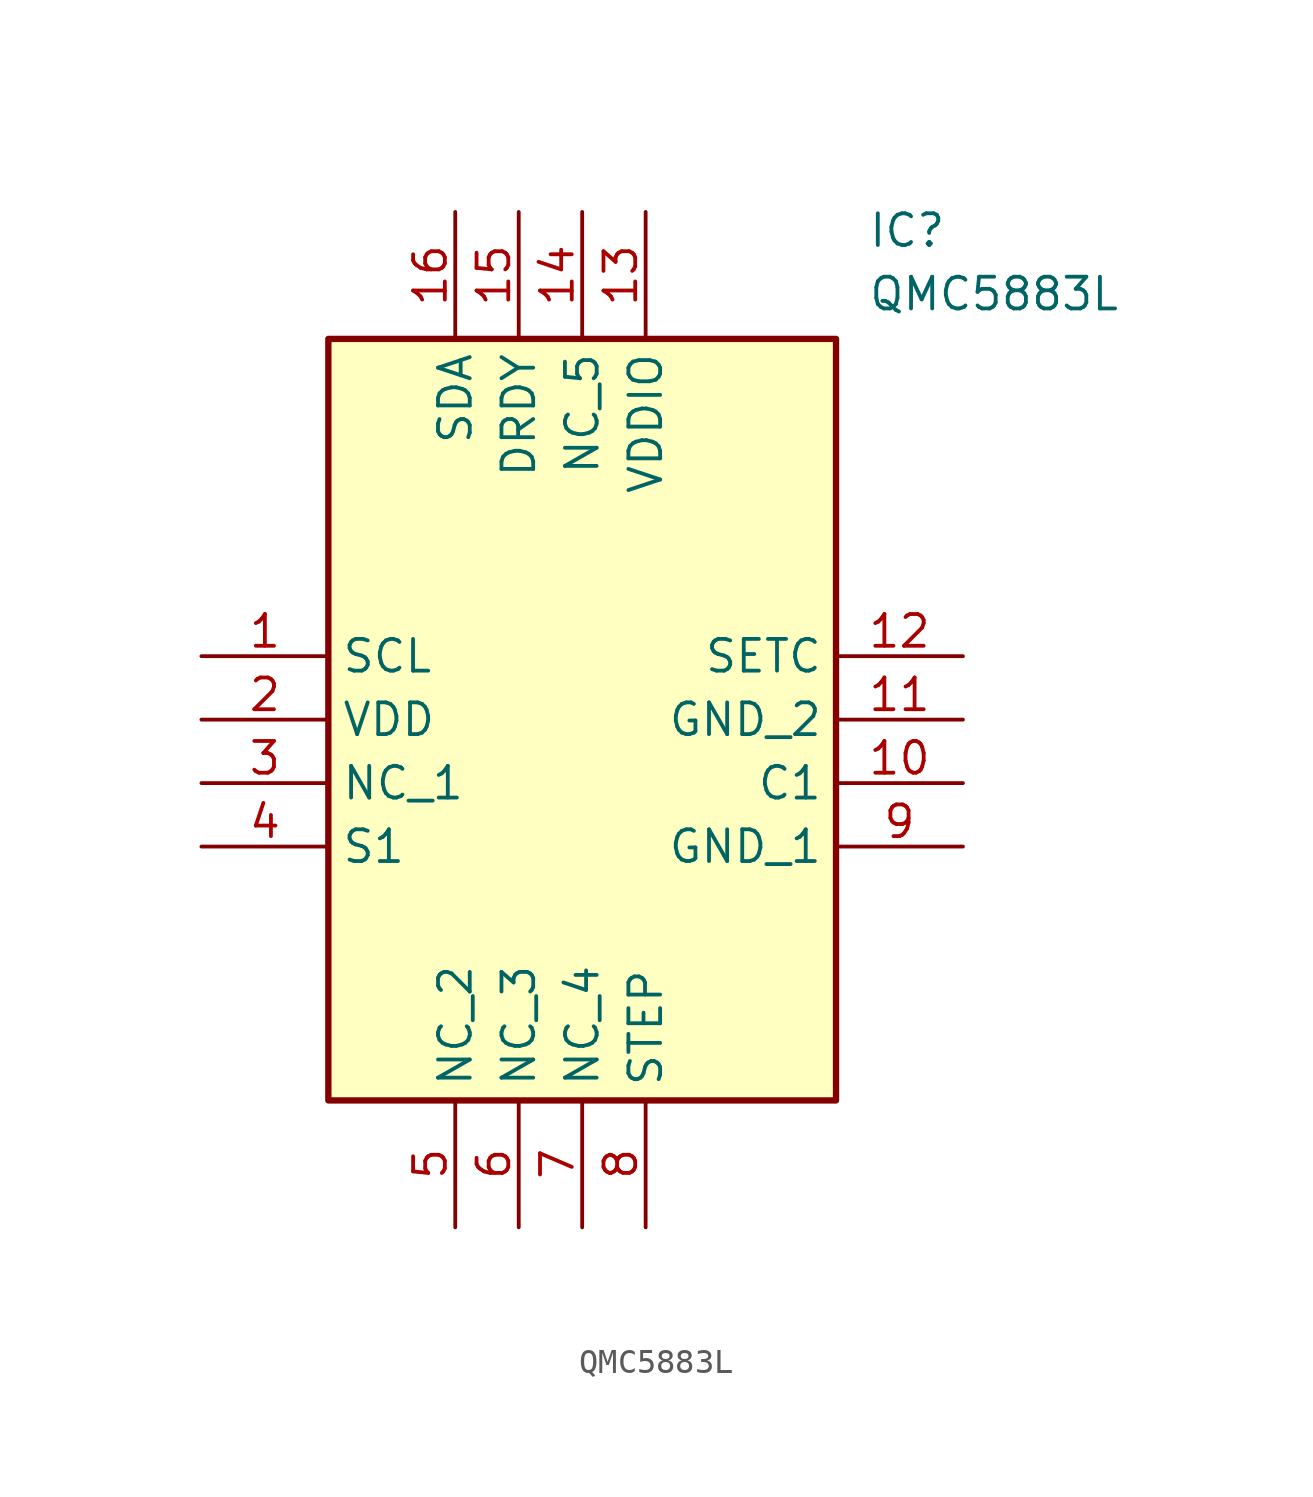
<source format=kicad_sym>
(kicad_symbol_lib
  (version 20211014)
  (generator SamacSys_ECAD_Model)
  (symbol "QMC5883L"
    (property "Reference" "IC"
      (at 26.67 17.78 0)
      (effects (font (size 1.27 1.27)) (justify left top)))
    (property "Value" "QMC5883L"
      (at 26.67 15.24 0)
      (effects (font (size 1.27 1.27)) (justify left top)))
    (rectangle
      (start 5.08 12.7)
      (end 25.4 -17.78)
      (stroke (width 0.254) (type default))
      (fill (type background)))
    (pin passive line
      (at 0 0 0)
      (length 5.08)
      (name "SCL" (effects (font (size 1.27 1.27))))
      (number "1" (effects (font (size 1.27 1.27)))))
    (pin passive line
      (at 0 -2.54 0)
      (length 5.08)
      (name "VDD" (effects (font (size 1.27 1.27))))
      (number "2" (effects (font (size 1.27 1.27)))))
    (pin passive line
      (at 0 -5.08 0)
      (length 5.08)
      (name "NC_1" (effects (font (size 1.27 1.27))))
      (number "3" (effects (font (size 1.27 1.27)))))
    (pin passive line
      (at 0 -7.62 0)
      (length 5.08)
      (name "S1" (effects (font (size 1.27 1.27))))
      (number "4" (effects (font (size 1.27 1.27)))))
    (pin passive line
      (at 10.16 -22.86 90)
      (length 5.08)
      (name "NC_2" (effects (font (size 1.27 1.27))))
      (number "5" (effects (font (size 1.27 1.27)))))
    (pin passive line
      (at 12.7 -22.86 90)
      (length 5.08)
      (name "NC_3" (effects (font (size 1.27 1.27))))
      (number "6" (effects (font (size 1.27 1.27)))))
    (pin passive line
      (at 15.24 -22.86 90)
      (length 5.08)
      (name "NC_4" (effects (font (size 1.27 1.27))))
      (number "7" (effects (font (size 1.27 1.27)))))
    (pin passive line
      (at 17.78 -22.86 90)
      (length 5.08)
      (name "STEP" (effects (font (size 1.27 1.27))))
      (number "8" (effects (font (size 1.27 1.27)))))
    (pin passive line
      (at 30.48 -7.62 180)
      (length 5.08)
      (name "GND_1" (effects (font (size 1.27 1.27))))
      (number "9" (effects (font (size 1.27 1.27)))))
    (pin passive line
      (at 30.48 -5.08 180)
      (length 5.08)
      (name "C1" (effects (font (size 1.27 1.27))))
      (number "10" (effects (font (size 1.27 1.27)))))
    (pin passive line
      (at 30.48 -2.54 180)
      (length 5.08)
      (name "GND_2" (effects (font (size 1.27 1.27))))
      (number "11" (effects (font (size 1.27 1.27)))))
    (pin passive line
      (at 30.48 0 180)
      (length 5.08)
      (name "SETC" (effects (font (size 1.27 1.27))))
      (number "12" (effects (font (size 1.27 1.27)))))
    (pin passive line
      (at 17.78 17.78 270)
      (length 5.08)
      (name "VDDIO" (effects (font (size 1.27 1.27))))
      (number "13" (effects (font (size 1.27 1.27)))))
    (pin passive line
      (at 15.24 17.78 270)
      (length 5.08)
      (name "NC_5" (effects (font (size 1.27 1.27))))
      (number "14" (effects (font (size 1.27 1.27)))))
    (pin passive line
      (at 12.7 17.78 270)
      (length 5.08)
      (name "DRDY" (effects (font (size 1.27 1.27))))
      (number "15" (effects (font (size 1.27 1.27)))))
    (pin passive line
      (at 10.16 17.78 270)
      (length 5.08)
      (name "SDA" (effects (font (size 1.27 1.27))))
      (number "16" (effects (font (size 1.27 1.27)))))))
</source>
